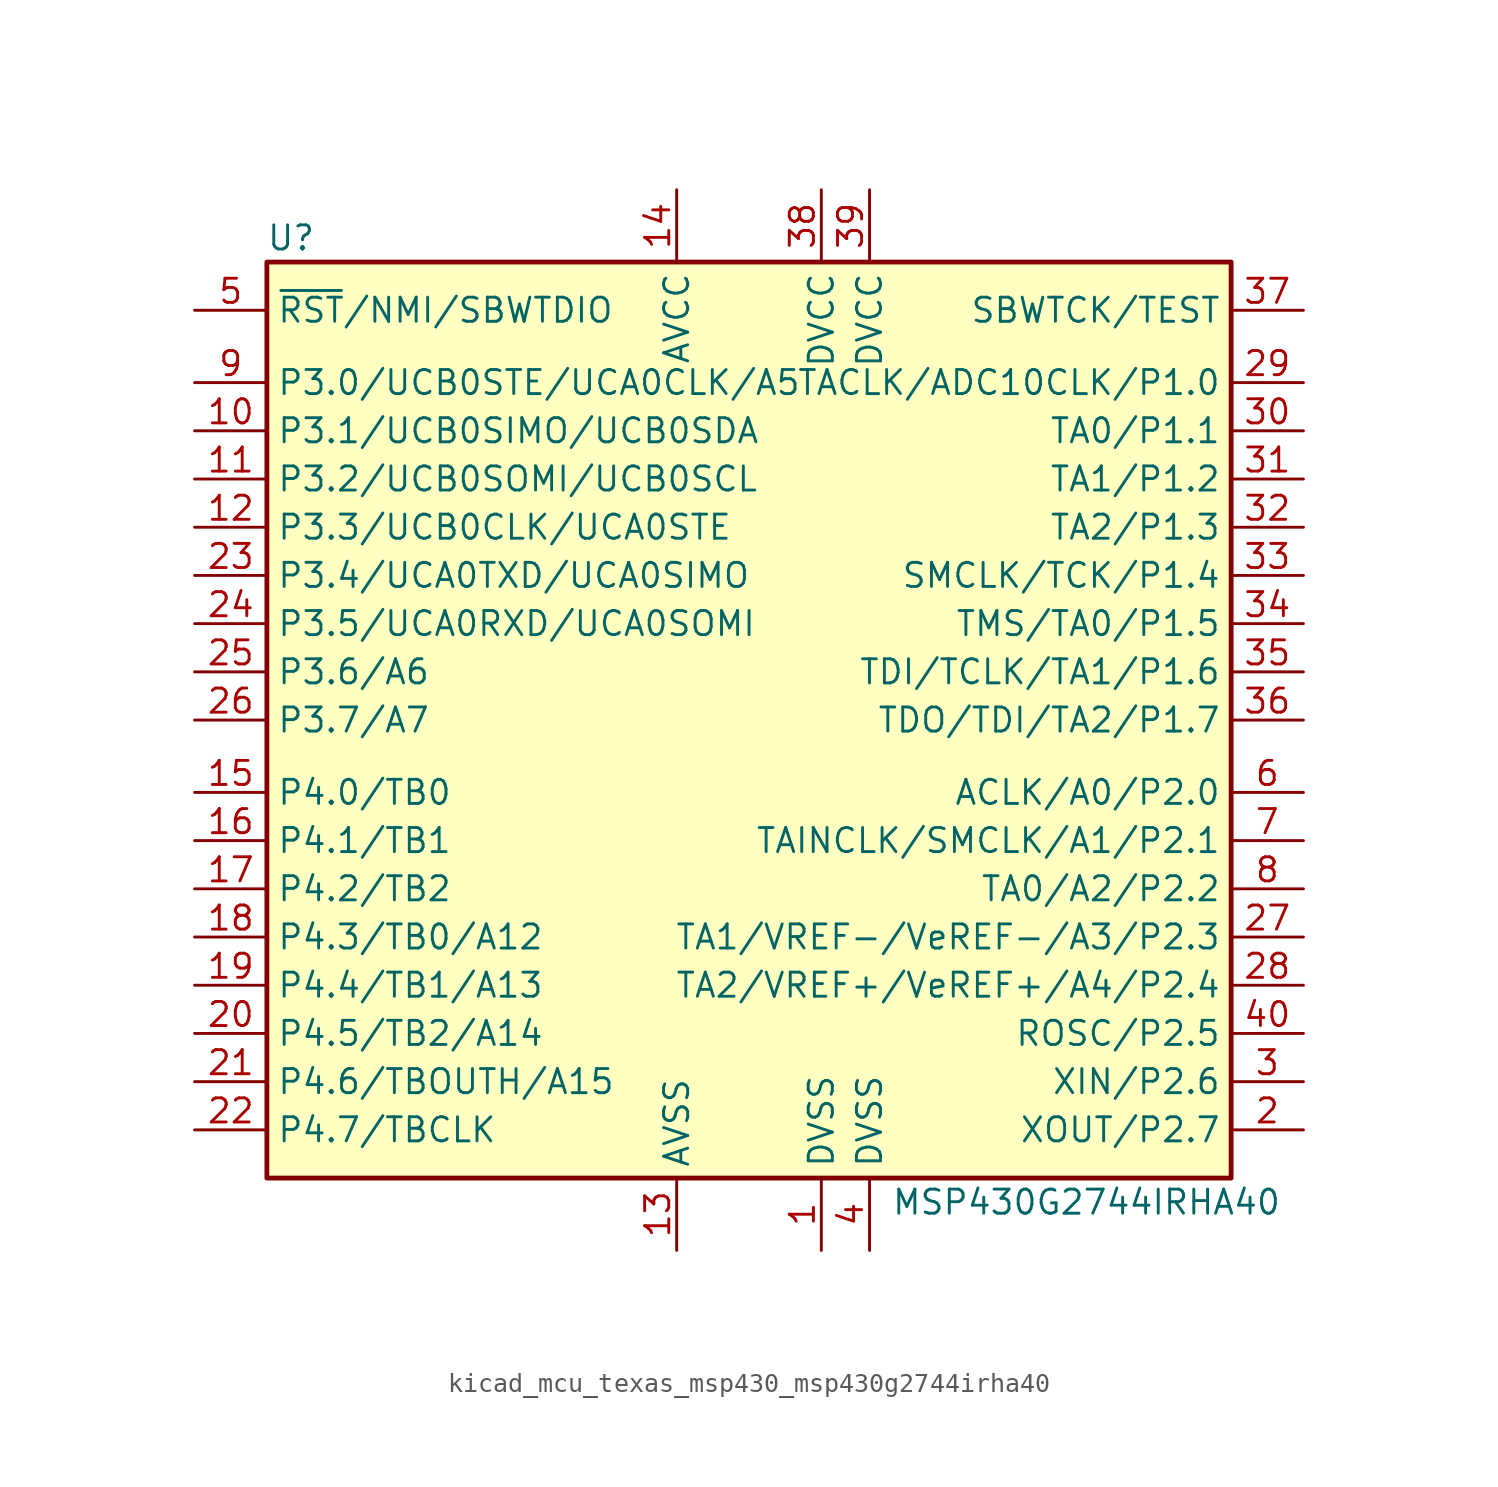
<source format=kicad_sym>
(kicad_symbol_lib
  (version 20220914)
  (generator kicad_symbol_editor)
  (symbol "kicad_mcu_texas_msp430_msp430g2744irha40"
    (property "Reference" "U"
      (at -24.13 25.4 0)
      (effects (font (size 1.27 1.27))))
    (property "Value" "MSP430G2744IRHA40"
      (at 17.78 -25.4 0)
      (effects (font (size 1.27 1.27))))
    (symbol "kicad_mcu_texas_msp430_msp430g2744irha40_0_1"
      (rectangle (start -25.4 24.13) (end 25.4 -24.13) (stroke (width 0.254) (type default)) (fill (type background))))
    (symbol "kicad_mcu_texas_msp430_msp430g2744irha40_1_1"
      (pin power_in line (at 3.81 -27.94 90) (length 3.81) (name "DVSS" (effects (font (size 1.27 1.27)))) (number "1" (effects (font (size 1.27 1.27)))))
      (pin bidirectional line (at -29.21 15.24 0) (length 3.81) (name "P3.1/UCB0SIMO/UCB0SDA" (effects (font (size 1.27 1.27)))) (number "10" (effects (font (size 1.27 1.27)))))
      (pin bidirectional line (at -29.21 12.7 0) (length 3.81) (name "P3.2/UCB0SOMI/UCB0SCL" (effects (font (size 1.27 1.27)))) (number "11" (effects (font (size 1.27 1.27)))))
      (pin bidirectional line (at -29.21 10.16 0) (length 3.81) (name "P3.3/UCB0CLK/UCA0STE" (effects (font (size 1.27 1.27)))) (number "12" (effects (font (size 1.27 1.27)))))
      (pin power_in line (at -3.81 -27.94 90) (length 3.81) (name "AVSS" (effects (font (size 1.27 1.27)))) (number "13" (effects (font (size 1.27 1.27)))))
      (pin power_in line (at -3.81 27.94 270) (length 3.81) (name "AVCC" (effects (font (size 1.27 1.27)))) (number "14" (effects (font (size 1.27 1.27)))))
      (pin bidirectional line (at -29.21 -3.81 0) (length 3.81) (name "P4.0/TB0" (effects (font (size 1.27 1.27)))) (number "15" (effects (font (size 1.27 1.27)))))
      (pin bidirectional line (at -29.21 -6.35 0) (length 3.81) (name "P4.1/TB1" (effects (font (size 1.27 1.27)))) (number "16" (effects (font (size 1.27 1.27)))))
      (pin bidirectional line (at -29.21 -8.89 0) (length 3.81) (name "P4.2/TB2" (effects (font (size 1.27 1.27)))) (number "17" (effects (font (size 1.27 1.27)))))
      (pin bidirectional line (at -29.21 -11.43 0) (length 3.81) (name "P4.3/TB0/A12" (effects (font (size 1.27 1.27)))) (number "18" (effects (font (size 1.27 1.27)))))
      (pin bidirectional line (at -29.21 -13.97 0) (length 3.81) (name "P4.4/TB1/A13" (effects (font (size 1.27 1.27)))) (number "19" (effects (font (size 1.27 1.27)))))
      (pin bidirectional line (at 29.21 -21.59 180) (length 3.81) (name "XOUT/P2.7" (effects (font (size 1.27 1.27)))) (number "2" (effects (font (size 1.27 1.27)))))
      (pin bidirectional line (at -29.21 -16.51 0) (length 3.81) (name "P4.5/TB2/A14" (effects (font (size 1.27 1.27)))) (number "20" (effects (font (size 1.27 1.27)))))
      (pin bidirectional line (at -29.21 -19.05 0) (length 3.81) (name "P4.6/TBOUTH/A15" (effects (font (size 1.27 1.27)))) (number "21" (effects (font (size 1.27 1.27)))))
      (pin bidirectional line (at -29.21 -21.59 0) (length 3.81) (name "P4.7/TBCLK" (effects (font (size 1.27 1.27)))) (number "22" (effects (font (size 1.27 1.27)))))
      (pin bidirectional line (at -29.21 7.62 0) (length 3.81) (name "P3.4/UCA0TXD/UCA0SIMO" (effects (font (size 1.27 1.27)))) (number "23" (effects (font (size 1.27 1.27)))))
      (pin bidirectional line (at -29.21 5.08 0) (length 3.81) (name "P3.5/UCA0RXD/UCA0SOMI" (effects (font (size 1.27 1.27)))) (number "24" (effects (font (size 1.27 1.27)))))
      (pin bidirectional line (at -29.21 2.54 0) (length 3.81) (name "P3.6/A6" (effects (font (size 1.27 1.27)))) (number "25" (effects (font (size 1.27 1.27)))))
      (pin bidirectional line (at -29.21 0 0) (length 3.81) (name "P3.7/A7" (effects (font (size 1.27 1.27)))) (number "26" (effects (font (size 1.27 1.27)))))
      (pin bidirectional line (at 29.21 -11.43 180) (length 3.81) (name "TA1/VREF-/VeREF-/A3/P2.3" (effects (font (size 1.27 1.27)))) (number "27" (effects (font (size 1.27 1.27)))))
      (pin bidirectional line (at 29.21 -13.97 180) (length 3.81) (name "TA2/VREF+/VeREF+/A4/P2.4" (effects (font (size 1.27 1.27)))) (number "28" (effects (font (size 1.27 1.27)))))
      (pin bidirectional line (at 29.21 17.78 180) (length 3.81) (name "TACLK/ADC10CLK/P1.0" (effects (font (size 1.27 1.27)))) (number "29" (effects (font (size 1.27 1.27)))))
      (pin bidirectional line (at 29.21 -19.05 180) (length 3.81) (name "XIN/P2.6" (effects (font (size 1.27 1.27)))) (number "3" (effects (font (size 1.27 1.27)))))
      (pin bidirectional line (at 29.21 15.24 180) (length 3.81) (name "TA0/P1.1" (effects (font (size 1.27 1.27)))) (number "30" (effects (font (size 1.27 1.27)))))
      (pin bidirectional line (at 29.21 12.7 180) (length 3.81) (name "TA1/P1.2" (effects (font (size 1.27 1.27)))) (number "31" (effects (font (size 1.27 1.27)))))
      (pin bidirectional line (at 29.21 10.16 180) (length 3.81) (name "TA2/P1.3" (effects (font (size 1.27 1.27)))) (number "32" (effects (font (size 1.27 1.27)))))
      (pin bidirectional line (at 29.21 7.62 180) (length 3.81) (name "SMCLK/TCK/P1.4" (effects (font (size 1.27 1.27)))) (number "33" (effects (font (size 1.27 1.27)))))
      (pin bidirectional line (at 29.21 5.08 180) (length 3.81) (name "TMS/TA0/P1.5" (effects (font (size 1.27 1.27)))) (number "34" (effects (font (size 1.27 1.27)))))
      (pin bidirectional line (at 29.21 2.54 180) (length 3.81) (name "TDI/TCLK/TA1/P1.6" (effects (font (size 1.27 1.27)))) (number "35" (effects (font (size 1.27 1.27)))))
      (pin bidirectional line (at 29.21 0 180) (length 3.81) (name "TDO/TDI/TA2/P1.7" (effects (font (size 1.27 1.27)))) (number "36" (effects (font (size 1.27 1.27)))))
      (pin input line (at 29.21 21.59 180) (length 3.81) (name "SBWTCK/TEST" (effects (font (size 1.27 1.27)))) (number "37" (effects (font (size 1.27 1.27)))))
      (pin power_in line (at 3.81 27.94 270) (length 3.81) (name "DVCC" (effects (font (size 1.27 1.27)))) (number "38" (effects (font (size 1.27 1.27)))))
      (pin power_in line (at 6.35 27.94 270) (length 3.81) (name "DVCC" (effects (font (size 1.27 1.27)))) (number "39" (effects (font (size 1.27 1.27)))))
      (pin power_in line (at 6.35 -27.94 90) (length 3.81) (name "DVSS" (effects (font (size 1.27 1.27)))) (number "4" (effects (font (size 1.27 1.27)))))
      (pin bidirectional line (at 29.21 -16.51 180) (length 3.81) (name "ROSC/P2.5" (effects (font (size 1.27 1.27)))) (number "40" (effects (font (size 1.27 1.27)))))
      (pin input line (at -29.21 21.59 0) (length 3.81) (name "~{RST}/NMI/SBWTDIO" (effects (font (size 1.27 1.27)))) (number "5" (effects (font (size 1.27 1.27)))))
      (pin bidirectional line (at 29.21 -3.81 180) (length 3.81) (name "ACLK/A0/P2.0" (effects (font (size 1.27 1.27)))) (number "6" (effects (font (size 1.27 1.27)))))
      (pin bidirectional line (at 29.21 -6.35 180) (length 3.81) (name "TAINCLK/SMCLK/A1/P2.1" (effects (font (size 1.27 1.27)))) (number "7" (effects (font (size 1.27 1.27)))))
      (pin bidirectional line (at 29.21 -8.89 180) (length 3.81) (name "TA0/A2/P2.2" (effects (font (size 1.27 1.27)))) (number "8" (effects (font (size 1.27 1.27)))))
      (pin bidirectional line (at -29.21 17.78 0) (length 3.81) (name "P3.0/UCB0STE/UCA0CLK/A5" (effects (font (size 1.27 1.27)))) (number "9" (effects (font (size 1.27 1.27))))))))
</source>
